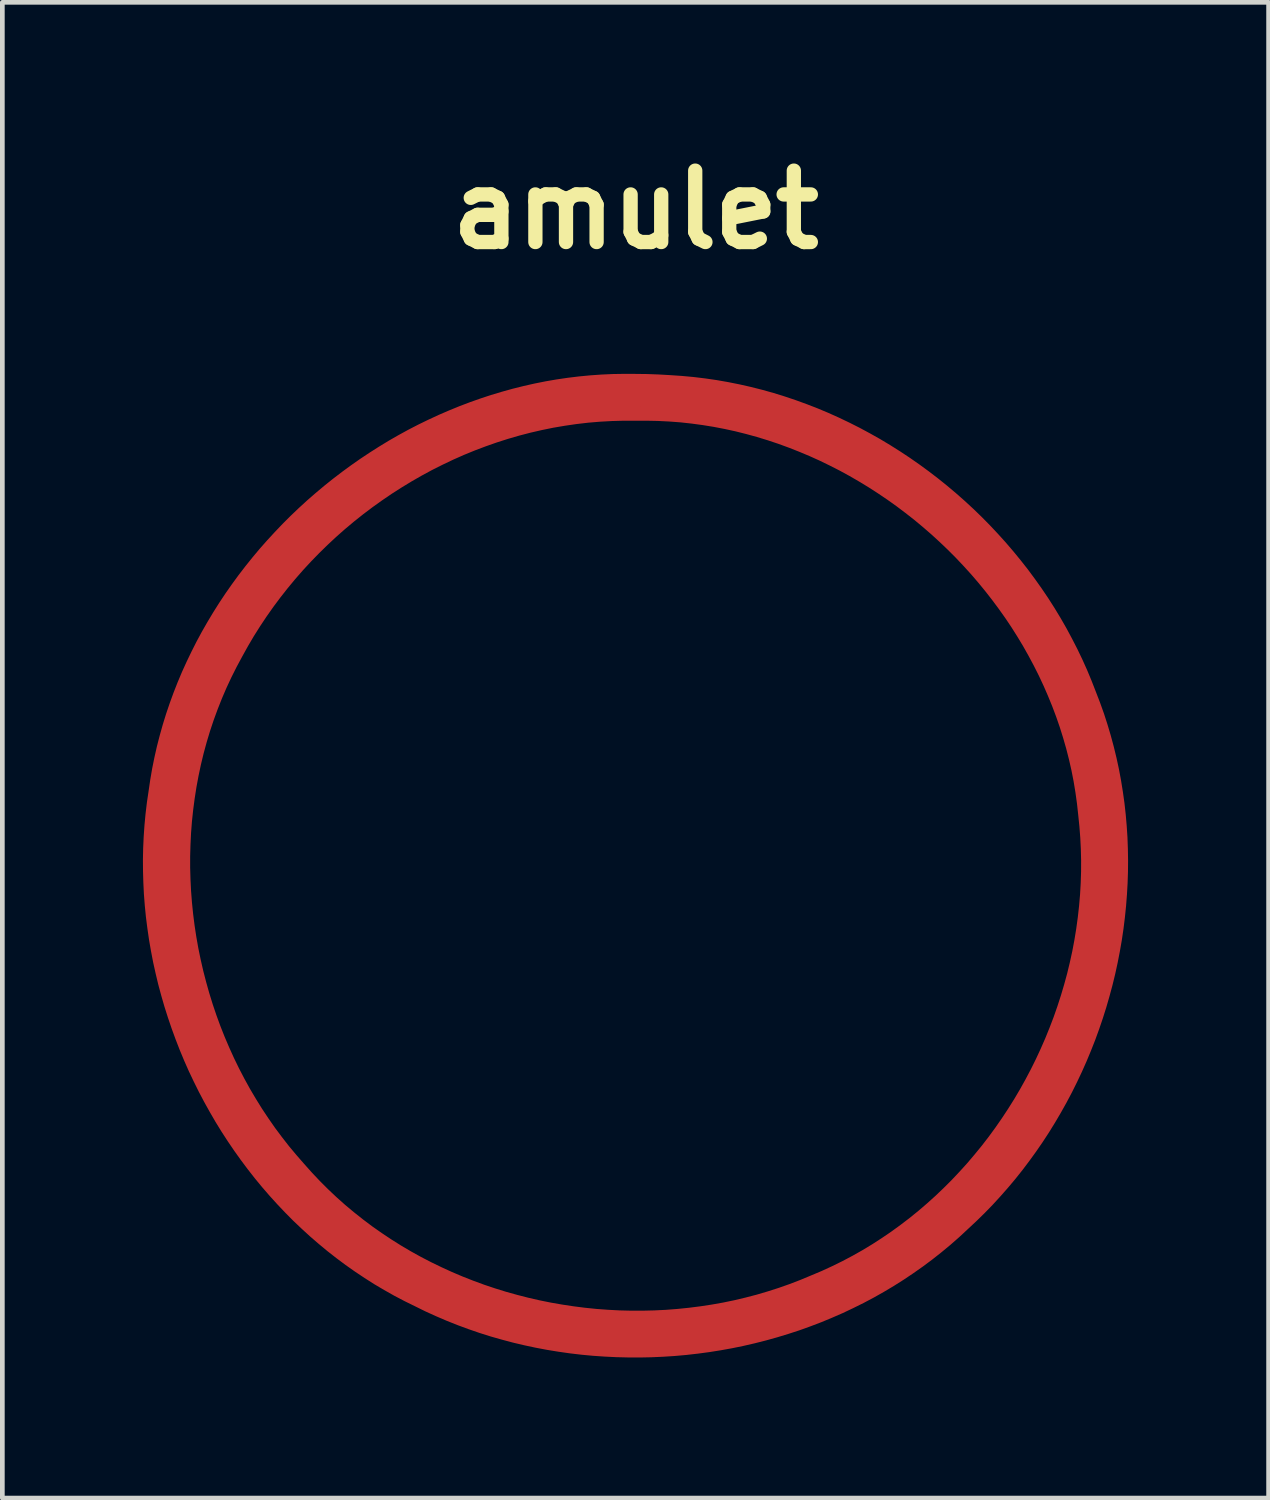
<source format=kicad_pcb>
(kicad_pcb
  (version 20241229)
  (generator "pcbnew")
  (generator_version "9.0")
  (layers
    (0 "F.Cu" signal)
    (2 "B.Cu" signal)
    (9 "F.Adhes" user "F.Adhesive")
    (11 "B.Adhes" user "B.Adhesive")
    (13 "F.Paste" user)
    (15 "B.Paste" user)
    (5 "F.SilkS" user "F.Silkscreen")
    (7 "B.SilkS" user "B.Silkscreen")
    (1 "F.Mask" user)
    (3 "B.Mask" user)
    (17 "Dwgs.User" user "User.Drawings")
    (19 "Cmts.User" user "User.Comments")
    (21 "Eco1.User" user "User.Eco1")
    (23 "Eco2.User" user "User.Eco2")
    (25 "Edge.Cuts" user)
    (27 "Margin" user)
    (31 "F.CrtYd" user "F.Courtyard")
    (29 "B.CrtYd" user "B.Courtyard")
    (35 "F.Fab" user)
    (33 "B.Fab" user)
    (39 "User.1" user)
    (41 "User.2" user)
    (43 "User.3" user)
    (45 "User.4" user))
  (footprint "amulet"
    (layer "F.Cu")
    (at 10.516 15.429)
    (property "Reference" "amulet" (at 0 -14.003 0) (layer "F.SilkS") (effects (font (size 1.524 1.524) (thickness 0.305))))
    (attr exclude_from_pos_files exclude_from_bom)
    (fp_poly (pts (xy -0.006 -10.5) (xy 3.925 -8.649) (xy 3.708 -8.747) (xy 3.488 -8.839) (xy 3.267 -8.926) (xy 3.043 -9.008) (xy 2.818 -9.083) (xy 2.59 -9.153) (xy 2.361 -9.216) (xy 2.13 -9.274) (xy 1.897 -9.325) (xy 1.663 -9.37) (xy 1.428 -9.408) (xy 1.191 -9.44) (xy 0.954 -9.466) (xy 0.715 -9.484) (xy 0.475 -9.496) (xy 0.235 -9.501) (xy -0.006 -9.5) (xy -0.258 -9.501) (xy -0.51 -9.494) (xy -0.761 -9.48) (xy -1.012 -9.459) (xy -1.261 -9.43) (xy -1.509 -9.394) (xy -1.756 -9.352) (xy -2.001 -9.302) (xy -2.244 -9.246) (xy -2.486 -9.183) (xy -2.727 -9.113) (xy -2.965 -9.037) (xy -3.201 -8.954) (xy -3.434 -8.866) (xy -3.666 -8.771) (xy -3.894 -8.67) (xy -4.121 -8.562) (xy -4.344 -8.45) (xy -4.564 -8.331) (xy -4.782 -8.206) (xy -4.996 -8.076) (xy -5.207 -7.941) (xy -5.414 -7.8) (xy -5.618 -7.654) (xy -5.818 -7.503) (xy -6.014 -7.347) (xy -6.206 -7.186) (xy -6.394 -7.02) (xy -6.577 -6.849) (xy -6.756 -6.674) (xy -6.931 -6.494) (xy -7.101 -6.31) (xy -7.266 -6.121) (xy -7.426 -5.928) (xy -7.581 -5.731) (xy -7.731 -5.53) (xy -7.875 -5.326) (xy -8.014 -5.117) (xy -8.148 -4.905) (xy -8.275 -4.689) (xy -8.397 -4.469) (xy -8.515 -4.25) (xy -8.627 -4.027) (xy -8.732 -3.802) (xy -8.83 -3.574) (xy -8.921 -3.344) (xy -9.006 -3.112) (xy -9.084 -2.878) (xy -9.155 -2.642) (xy -9.22 -2.404) (xy -9.278 -2.164) (xy -9.329 -1.923) (xy -9.374 -1.681) (xy -9.412 -1.437) (xy -9.444 -1.193) (xy -9.47 -0.948) (xy -9.489 -0.702) (xy -9.501 -0.456) (xy -9.508 -0.21) (xy -9.508 0.037) (xy -9.501 0.284) (xy -9.489 0.53) (xy -9.47 0.776) (xy -9.445 1.022) (xy -9.414 1.267) (xy -9.377 1.511) (xy -9.334 1.754) (xy -9.284 1.997) (xy -9.229 2.237) (xy -9.167 2.477) (xy -9.1 2.715) (xy -9.027 2.951) (xy -8.948 3.185) (xy -8.863 3.417) (xy -8.772 3.647) (xy -8.675 3.874) (xy -8.573 4.099) (xy -8.465 4.321) (xy -8.351 4.54) (xy -8.232 4.756) (xy -8.106 4.969) (xy -7.976 5.179) (xy -7.839 5.385) (xy -7.698 5.588) (xy -7.55 5.786) (xy -7.398 5.981) (xy -7.239 6.171) (xy -7.076 6.358) (xy -6.91 6.544) (xy -6.74 6.724) (xy -6.565 6.899) (xy -6.385 7.069) (xy -6.201 7.233) (xy -6.012 7.391) (xy -5.819 7.544) (xy -5.622 7.692) (xy -5.421 7.833) (xy -5.217 7.969) (xy -5.009 8.1) (xy -4.797 8.225) (xy -4.582 8.344) (xy -4.364 8.457) (xy -4.143 8.564) (xy -3.92 8.666) (xy -3.694 8.762) (xy -3.465 8.852) (xy -3.234 8.937) (xy -3.001 9.015) (xy -2.766 9.088) (xy -2.529 9.154) (xy -2.291 9.215) (xy -2.051 9.27) (xy -1.809 9.319) (xy -1.567 9.361) (xy -1.323 9.398) (xy -1.079 9.429) (xy -0.834 9.454) (xy -0.588 9.472) (xy -0.342 9.485) (xy -0.096 9.491) (xy 0.15 9.491) (xy 0.397 9.485) (xy 0.643 9.473) (xy 0.888 9.454) (xy 1.133 9.429) (xy 1.377 9.398) (xy 1.621 9.361) (xy 1.863 9.318) (xy 2.104 9.268) (xy 2.344 9.211) (xy 2.582 9.149) (xy 2.819 9.079) (xy 3.053 9.004) (xy 3.286 8.922) (xy 3.517 8.833) (xy 3.745 8.738) (xy 3.971 8.643) (xy 4.194 8.54) (xy 4.414 8.432) (xy 4.629 8.318) (xy 4.842 8.198) (xy 5.05 8.072) (xy 5.254 7.94) (xy 5.455 7.803) (xy 5.652 7.66) (xy 5.844 7.513) (xy 6.033 7.36) (xy 6.217 7.202) (xy 6.397 7.04) (xy 6.573 6.872) (xy 6.744 6.701) (xy 6.911 6.524) (xy 7.074 6.344) (xy 7.231 6.159) (xy 7.385 5.971) (xy 7.533 5.779) (xy 7.677 5.582) (xy 7.815 5.383) (xy 7.949 5.18) (xy 8.078 4.974) (xy 8.202 4.764) (xy 8.32 4.552) (xy 8.434 4.336) (xy 8.542 4.118) (xy 8.644 3.898) (xy 8.742 3.674) (xy 8.833 3.449) (xy 8.92 3.221) (xy 9 2.992) (xy 9.075 2.76) (xy 9.144 2.527) (xy 9.208 2.292) (xy 9.265 2.056) (xy 9.317 1.818) (xy 9.362 1.579) (xy 9.401 1.339) (xy 9.434 1.098) (xy 9.461 0.857) (xy 9.482 0.614) (xy 9.496 0.371) (xy 9.504 0.128) (xy 9.505 -0.115) (xy 9.499 -0.359) (xy 9.487 -0.602) (xy 9.468 -0.846) (xy 9.443 -1.089) (xy 9.417 -1.328) (xy 9.384 -1.567) (xy 9.345 -1.804) (xy 9.299 -2.039) (xy 9.246 -2.272) (xy 9.187 -2.503) (xy 9.121 -2.733) (xy 9.05 -2.96) (xy 8.972 -3.185) (xy 8.888 -3.408) (xy 8.798 -3.628) (xy 8.703 -3.846) (xy 8.602 -4.062) (xy 8.495 -4.275) (xy 8.383 -4.484) (xy 8.266 -4.692) (xy 8.143 -4.896) (xy 8.016 -5.097) (xy 7.883 -5.295) (xy 7.745 -5.489) (xy 7.603 -5.68) (xy 7.456 -5.868) (xy 7.305 -6.052) (xy 7.149 -6.233) (xy 6.988 -6.41) (xy 6.824 -6.583) (xy 6.655 -6.752) (xy 6.482 -6.917) (xy 6.306 -7.078) (xy 6.126 -7.234) (xy 5.942 -7.387) (xy 5.754 -7.534) (xy 5.563 -7.678) (xy 5.369 -7.816) (xy 5.171 -7.95) (xy 4.971 -8.079) (xy 4.767 -8.203) (xy 4.56 -8.323) (xy 4.351 -8.437) (xy 4.139 -8.545) (xy 3.925 -8.649) (xy -0.006 -10.5) (xy 0.24 -10.497) (xy 0.485 -10.488) (xy 0.731 -10.474) (xy 0.981 -10.457) (xy 1.231 -10.434) (xy 1.479 -10.404) (xy 1.727 -10.368) (xy 1.972 -10.325) (xy 2.217 -10.276) (xy 2.46 -10.221) (xy 2.701 -10.16) (xy 2.941 -10.093) (xy 3.179 -10.019) (xy 3.414 -9.94) (xy 3.648 -9.855) (xy 3.88 -9.765) (xy 4.109 -9.669) (xy 4.336 -9.567) (xy 4.56 -9.46) (xy 4.782 -9.348) (xy 5.001 -9.23) (xy 5.218 -9.108) (xy 5.431 -8.98) (xy 5.642 -8.847) (xy 5.849 -8.71) (xy 6.054 -8.567) (xy 6.255 -8.42) (xy 6.452 -8.269) (xy 6.646 -8.113) (xy 6.837 -7.952) (xy 7.024 -7.787) (xy 7.207 -7.618) (xy 7.386 -7.445) (xy 7.561 -7.267) (xy 7.731 -7.086) (xy 7.898 -6.901) (xy 8.06 -6.712) (xy 8.218 -6.519) (xy 8.372 -6.323) (xy 8.52 -6.123) (xy 8.664 -5.92) (xy 8.804 -5.713) (xy 8.938 -5.503) (xy 9.067 -5.29) (xy 9.191 -5.074) (xy 9.309 -4.854) (xy 9.423 -4.632) (xy 9.531 -4.407) (xy 9.633 -4.18) (xy 9.729 -3.949) (xy 9.82 -3.716) (xy 9.909 -3.485) (xy 9.992 -3.253) (xy 10.068 -3.018) (xy 10.138 -2.782) (xy 10.202 -2.545) (xy 10.26 -2.306) (xy 10.312 -2.066) (xy 10.357 -1.825) (xy 10.396 -1.583) (xy 10.43 -1.341) (xy 10.457 -1.097) (xy 10.478 -0.854) (xy 10.494 -0.609) (xy 10.503 -0.365) (xy 10.507 -0.12) (xy 10.505 0.124) (xy 10.497 0.369) (xy 10.483 0.613) (xy 10.464 0.858) (xy 10.439 1.101) (xy 10.409 1.344) (xy 10.373 1.587) (xy 10.331 1.828) (xy 10.284 2.069) (xy 10.232 2.308) (xy 10.174 2.546) (xy 10.11 2.783) (xy 10.042 3.019) (xy 9.968 3.253) (xy 9.889 3.485) (xy 9.805 3.716) (xy 9.715 3.944) (xy 9.621 4.17) (xy 9.521 4.395) (xy 9.416 4.617) (xy 9.307 4.836) (xy 9.192 5.053) (xy 9.072 5.267) (xy 8.948 5.478) (xy 8.819 5.687) (xy 8.685 5.892) (xy 8.546 6.094) (xy 8.402 6.293) (xy 8.254 6.489) (xy 8.101 6.681) (xy 7.943 6.869) (xy 7.781 7.053) (xy 7.615 7.234) (xy 7.444 7.41) (xy 7.268 7.582) (xy 7.088 7.75) (xy 6.904 7.921) (xy 6.716 8.086) (xy 6.524 8.245) (xy 6.329 8.399) (xy 6.129 8.548) (xy 5.926 8.691) (xy 5.72 8.829) (xy 5.51 8.962) (xy 5.297 9.089) (xy 5.081 9.211) (xy 4.862 9.327) (xy 4.64 9.437) (xy 4.416 9.543) (xy 4.189 9.642) (xy 3.96 9.737) (xy 3.729 9.825) (xy 3.496 9.909) (xy 3.26 9.986) (xy 3.023 10.058) (xy 2.784 10.125) (xy 2.544 10.186) (xy 2.302 10.242) (xy 2.059 10.292) (xy 1.815 10.336) (xy 1.57 10.375) (xy 1.324 10.408) (xy 1.077 10.436) (xy 0.83 10.458) (xy 0.582 10.474) (xy 0.334 10.485) (xy 0.086 10.49) (xy -0.163 10.489) (xy -0.411 10.483) (xy -0.659 10.471) (xy -0.907 10.454) (xy -1.154 10.431) (xy -1.401 10.402) (xy -1.647 10.367) (xy -1.892 10.327) (xy -2.136 10.281) (xy -2.379 10.229) (xy -2.62 10.172) (xy -2.86 10.108) (xy -3.099 10.04) (xy -3.336 9.965) (xy -3.571 9.884) (xy -3.804 9.798) (xy -4.035 9.706) (xy -4.263 9.608) (xy -4.49 9.505) (xy -4.713 9.395) (xy -4.935 9.286) (xy -5.154 9.171) (xy -5.368 9.05) (xy -5.58 8.925) (xy -5.787 8.793) (xy -5.991 8.657) (xy -6.191 8.516) (xy -6.387 8.37) (xy -6.58 8.219) (xy -6.768 8.063) (xy -6.953 7.903) (xy -7.133 7.738) (xy -7.31 7.57) (xy -7.482 7.396) (xy -7.65 7.219) (xy -7.814 7.038) (xy -7.974 6.853) (xy -8.129 6.665) (xy -8.28 6.472) (xy -8.426 6.277) (xy -8.568 6.078) (xy -8.706 5.875) (xy -8.839 5.67) (xy -8.967 5.462) (xy -9.09 5.25) (xy -9.209 5.036) (xy -9.323 4.82) (xy -9.432 4.6) (xy -9.537 4.379) (xy -9.636 4.155) (xy -9.73 3.929) (xy -9.819 3.7) (xy -9.903 3.47) (xy -9.982 3.238) (xy -10.056 3.005) (xy -10.124 2.77) (xy -10.188 2.533) (xy -10.245 2.295) (xy -10.298 2.056) (xy -10.344 1.816) (xy -10.386 1.574) (xy -10.421 1.332) (xy -10.452 1.089) (xy -10.476 0.846) (xy -10.495 0.602) (xy -10.507 0.357) (xy -10.514 0.113) (xy -10.516 -0.132) (xy -10.511 -0.377) (xy -10.5 -0.622) (xy -10.483 -0.867) (xy -10.46 -1.111) (xy -10.431 -1.355) (xy -10.395 -1.598) (xy -10.36 -1.838) (xy -10.319 -2.077) (xy -10.271 -2.314) (xy -10.218 -2.549) (xy -10.158 -2.782) (xy -10.093 -3.014) (xy -10.022 -3.244) (xy -9.945 -3.471) (xy -9.863 -3.696) (xy -9.775 -3.92) (xy -9.682 -4.141) (xy -9.583 -4.359) (xy -9.479 -4.575) (xy -9.371 -4.789) (xy -9.257 -5) (xy -9.138 -5.208) (xy -9.015 -5.413) (xy -8.887 -5.616) (xy -8.754 -5.816) (xy -8.616 -6.013) (xy -8.475 -6.206) (xy -8.328 -6.397) (xy -8.178 -6.584) (xy -8.024 -6.768) (xy -7.865 -6.948) (xy -7.702 -7.125) (xy -7.536 -7.299) (xy -7.366 -7.469) (xy -7.192 -7.635) (xy -7.015 -7.797) (xy -6.834 -7.955) (xy -6.649 -8.11) (xy -6.462 -8.26) (xy -6.271 -8.406) (xy -6.077 -8.548) (xy -5.88 -8.686) (xy -5.68 -8.819) (xy -5.477 -8.948) (xy -5.272 -9.073) (xy -5.063 -9.193) (xy -4.853 -9.308) (xy -4.64 -9.418) (xy -4.424 -9.523) (xy -4.206 -9.624) (xy -3.986 -9.719) (xy -3.764 -9.81) (xy -3.54 -9.895) (xy -3.314 -9.975) (xy -3.087 -10.05) (xy -2.857 -10.119) (xy -2.626 -10.183) (xy -2.394 -10.241) (xy -2.16 -10.294) (xy -1.925 -10.341) (xy -1.688 -10.382) (xy -1.45 -10.417) (xy -1.212 -10.446) (xy -0.972 -10.469) (xy -0.732 -10.486) (xy -0.49 -10.497) (xy -0.248 -10.501) (xy -0.006 -10.5) (xy -0.006 -10.5)) (stroke (width 0) (type solid)) (fill yes) (layer "F.Cu"))
    (fp_poly (pts (xy -0.006 -10.5) (xy 3.925 -8.649) (xy 3.708 -8.747) (xy 3.488 -8.839) (xy 3.267 -8.926) (xy 3.043 -9.008) (xy 2.818 -9.083) (xy 2.59 -9.153) (xy 2.361 -9.216) (xy 2.13 -9.274) (xy 1.897 -9.325) (xy 1.663 -9.37) (xy 1.428 -9.408) (xy 1.191 -9.44) (xy 0.954 -9.466) (xy 0.715 -9.484) (xy 0.475 -9.496) (xy 0.235 -9.501) (xy -0.006 -9.5) (xy -0.258 -9.501) (xy -0.51 -9.494) (xy -0.761 -9.48) (xy -1.012 -9.459) (xy -1.261 -9.43) (xy -1.509 -9.394) (xy -1.756 -9.352) (xy -2.001 -9.302) (xy -2.244 -9.246) (xy -2.486 -9.183) (xy -2.727 -9.113) (xy -2.965 -9.037) (xy -3.201 -8.954) (xy -3.434 -8.866) (xy -3.666 -8.771) (xy -3.894 -8.67) (xy -4.121 -8.562) (xy -4.344 -8.45) (xy -4.564 -8.331) (xy -4.782 -8.206) (xy -4.996 -8.076) (xy -5.207 -7.941) (xy -5.414 -7.8) (xy -5.618 -7.654) (xy -5.818 -7.503) (xy -6.014 -7.347) (xy -6.206 -7.186) (xy -6.394 -7.02) (xy -6.577 -6.849) (xy -6.756 -6.674) (xy -6.931 -6.494) (xy -7.101 -6.31) (xy -7.266 -6.121) (xy -7.426 -5.928) (xy -7.581 -5.731) (xy -7.731 -5.53) (xy -7.875 -5.326) (xy -8.014 -5.117) (xy -8.148 -4.905) (xy -8.275 -4.689) (xy -8.397 -4.469) (xy -8.515 -4.25) (xy -8.627 -4.027) (xy -8.732 -3.802) (xy -8.83 -3.574) (xy -8.921 -3.344) (xy -9.006 -3.112) (xy -9.084 -2.878) (xy -9.155 -2.642) (xy -9.22 -2.404) (xy -9.278 -2.164) (xy -9.329 -1.923) (xy -9.374 -1.681) (xy -9.412 -1.437) (xy -9.444 -1.193) (xy -9.47 -0.948) (xy -9.489 -0.702) (xy -9.501 -0.456) (xy -9.508 -0.21) (xy -9.508 0.037) (xy -9.501 0.284) (xy -9.489 0.53) (xy -9.47 0.776) (xy -9.445 1.022) (xy -9.414 1.267) (xy -9.377 1.511) (xy -9.334 1.754) (xy -9.284 1.997) (xy -9.229 2.237) (xy -9.167 2.477) (xy -9.1 2.715) (xy -9.027 2.951) (xy -8.948 3.185) (xy -8.863 3.417) (xy -8.772 3.647) (xy -8.675 3.874) (xy -8.573 4.099) (xy -8.465 4.321) (xy -8.351 4.54) (xy -8.232 4.756) (xy -8.106 4.969) (xy -7.976 5.179) (xy -7.839 5.385) (xy -7.698 5.588) (xy -7.55 5.786) (xy -7.398 5.981) (xy -7.239 6.171) (xy -7.076 6.358) (xy -6.91 6.544) (xy -6.74 6.724) (xy -6.565 6.899) (xy -6.385 7.069) (xy -6.201 7.233) (xy -6.012 7.391) (xy -5.819 7.544) (xy -5.622 7.692) (xy -5.421 7.833) (xy -5.217 7.969) (xy -5.009 8.1) (xy -4.797 8.225) (xy -4.582 8.344) (xy -4.364 8.457) (xy -4.143 8.564) (xy -3.92 8.666) (xy -3.694 8.762) (xy -3.465 8.852) (xy -3.234 8.937) (xy -3.001 9.015) (xy -2.766 9.088) (xy -2.529 9.154) (xy -2.291 9.215) (xy -2.051 9.27) (xy -1.809 9.319) (xy -1.567 9.361) (xy -1.323 9.398) (xy -1.079 9.429) (xy -0.834 9.454) (xy -0.588 9.472) (xy -0.342 9.485) (xy -0.096 9.491) (xy 0.15 9.491) (xy 0.397 9.485) (xy 0.643 9.473) (xy 0.888 9.454) (xy 1.133 9.429) (xy 1.377 9.398) (xy 1.621 9.361) (xy 1.863 9.318) (xy 2.104 9.268) (xy 2.344 9.211) (xy 2.582 9.149) (xy 2.819 9.079) (xy 3.053 9.004) (xy 3.286 8.922) (xy 3.517 8.833) (xy 3.745 8.738) (xy 3.971 8.643) (xy 4.194 8.54) (xy 4.414 8.432) (xy 4.629 8.318) (xy 4.842 8.198) (xy 5.05 8.072) (xy 5.254 7.94) (xy 5.455 7.803) (xy 5.652 7.66) (xy 5.844 7.513) (xy 6.033 7.36) (xy 6.217 7.202) (xy 6.397 7.04) (xy 6.573 6.872) (xy 6.744 6.701) (xy 6.911 6.524) (xy 7.074 6.344) (xy 7.231 6.159) (xy 7.385 5.971) (xy 7.533 5.779) (xy 7.677 5.582) (xy 7.815 5.383) (xy 7.949 5.18) (xy 8.078 4.974) (xy 8.202 4.764) (xy 8.32 4.552) (xy 8.434 4.336) (xy 8.542 4.118) (xy 8.644 3.898) (xy 8.742 3.674) (xy 8.833 3.449) (xy 8.92 3.221) (xy 9 2.992) (xy 9.075 2.76) (xy 9.144 2.527) (xy 9.208 2.292) (xy 9.265 2.056) (xy 9.317 1.818) (xy 9.362 1.579) (xy 9.401 1.339) (xy 9.434 1.098) (xy 9.461 0.857) (xy 9.482 0.614) (xy 9.496 0.371) (xy 9.504 0.128) (xy 9.505 -0.115) (xy 9.499 -0.359) (xy 9.487 -0.602) (xy 9.468 -0.846) (xy 9.443 -1.089) (xy 9.417 -1.328) (xy 9.384 -1.567) (xy 9.345 -1.804) (xy 9.299 -2.039) (xy 9.246 -2.272) (xy 9.187 -2.503) (xy 9.121 -2.733) (xy 9.05 -2.96) (xy 8.972 -3.185) (xy 8.888 -3.408) (xy 8.798 -3.628) (xy 8.703 -3.846) (xy 8.602 -4.062) (xy 8.495 -4.275) (xy 8.383 -4.484) (xy 8.266 -4.692) (xy 8.143 -4.896) (xy 8.016 -5.097) (xy 7.883 -5.295) (xy 7.745 -5.489) (xy 7.603 -5.68) (xy 7.456 -5.868) (xy 7.305 -6.052) (xy 7.149 -6.233) (xy 6.988 -6.41) (xy 6.824 -6.583) (xy 6.655 -6.752) (xy 6.482 -6.917) (xy 6.306 -7.078) (xy 6.126 -7.234) (xy 5.942 -7.387) (xy 5.754 -7.534) (xy 5.563 -7.678) (xy 5.369 -7.816) (xy 5.171 -7.95) (xy 4.971 -8.079) (xy 4.767 -8.203) (xy 4.56 -8.323) (xy 4.351 -8.437) (xy 4.139 -8.545) (xy 3.925 -8.649) (xy -0.006 -10.5) (xy 0.24 -10.497) (xy 0.485 -10.488) (xy 0.731 -10.474) (xy 0.981 -10.457) (xy 1.231 -10.434) (xy 1.479 -10.404) (xy 1.727 -10.368) (xy 1.972 -10.325) (xy 2.217 -10.276) (xy 2.46 -10.221) (xy 2.701 -10.16) (xy 2.941 -10.093) (xy 3.179 -10.019) (xy 3.414 -9.94) (xy 3.648 -9.855) (xy 3.88 -9.765) (xy 4.109 -9.669) (xy 4.336 -9.567) (xy 4.56 -9.46) (xy 4.782 -9.348) (xy 5.001 -9.23) (xy 5.218 -9.108) (xy 5.431 -8.98) (xy 5.642 -8.847) (xy 5.849 -8.71) (xy 6.054 -8.567) (xy 6.255 -8.42) (xy 6.452 -8.269) (xy 6.646 -8.113) (xy 6.837 -7.952) (xy 7.024 -7.787) (xy 7.207 -7.618) (xy 7.386 -7.445) (xy 7.561 -7.267) (xy 7.731 -7.086) (xy 7.898 -6.901) (xy 8.06 -6.712) (xy 8.218 -6.519) (xy 8.372 -6.323) (xy 8.52 -6.123) (xy 8.664 -5.92) (xy 8.804 -5.713) (xy 8.938 -5.503) (xy 9.067 -5.29) (xy 9.191 -5.074) (xy 9.309 -4.854) (xy 9.423 -4.632) (xy 9.531 -4.407) (xy 9.633 -4.18) (xy 9.729 -3.949) (xy 9.82 -3.716) (xy 9.909 -3.485) (xy 9.992 -3.253) (xy 10.068 -3.018) (xy 10.138 -2.782) (xy 10.202 -2.545) (xy 10.26 -2.306) (xy 10.312 -2.066) (xy 10.357 -1.825) (xy 10.396 -1.583) (xy 10.43 -1.341) (xy 10.457 -1.097) (xy 10.478 -0.854) (xy 10.494 -0.609) (xy 10.503 -0.365) (xy 10.507 -0.12) (xy 10.505 0.124) (xy 10.497 0.369) (xy 10.483 0.613) (xy 10.464 0.858) (xy 10.439 1.101) (xy 10.409 1.344) (xy 10.373 1.587) (xy 10.331 1.828) (xy 10.284 2.069) (xy 10.232 2.308) (xy 10.174 2.546) (xy 10.11 2.783) (xy 10.042 3.019) (xy 9.968 3.253) (xy 9.889 3.485) (xy 9.805 3.716) (xy 9.715 3.944) (xy 9.621 4.17) (xy 9.521 4.395) (xy 9.416 4.617) (xy 9.307 4.836) (xy 9.192 5.053) (xy 9.072 5.267) (xy 8.948 5.478) (xy 8.819 5.687) (xy 8.685 5.892) (xy 8.546 6.094) (xy 8.402 6.293) (xy 8.254 6.489) (xy 8.101 6.681) (xy 7.943 6.869) (xy 7.781 7.053) (xy 7.615 7.234) (xy 7.444 7.41) (xy 7.268 7.582) (xy 7.088 7.75) (xy 6.904 7.921) (xy 6.716 8.086) (xy 6.524 8.245) (xy 6.329 8.399) (xy 6.129 8.548) (xy 5.926 8.691) (xy 5.72 8.829) (xy 5.51 8.962) (xy 5.297 9.089) (xy 5.081 9.211) (xy 4.862 9.327) (xy 4.64 9.437) (xy 4.416 9.543) (xy 4.189 9.642) (xy 3.96 9.737) (xy 3.729 9.825) (xy 3.496 9.909) (xy 3.26 9.986) (xy 3.023 10.058) (xy 2.784 10.125) (xy 2.544 10.186) (xy 2.302 10.242) (xy 2.059 10.292) (xy 1.815 10.336) (xy 1.57 10.375) (xy 1.324 10.408) (xy 1.077 10.436) (xy 0.83 10.458) (xy 0.582 10.474) (xy 0.334 10.485) (xy 0.086 10.49) (xy -0.163 10.489) (xy -0.411 10.483) (xy -0.659 10.471) (xy -0.907 10.454) (xy -1.154 10.431) (xy -1.401 10.402) (xy -1.647 10.367) (xy -1.892 10.327) (xy -2.136 10.281) (xy -2.379 10.229) (xy -2.62 10.172) (xy -2.86 10.108) (xy -3.099 10.04) (xy -3.336 9.965) (xy -3.571 9.884) (xy -3.804 9.798) (xy -4.035 9.706) (xy -4.263 9.608) (xy -4.49 9.505) (xy -4.713 9.395) (xy -4.935 9.286) (xy -5.154 9.171) (xy -5.368 9.05) (xy -5.58 8.925) (xy -5.787 8.793) (xy -5.991 8.657) (xy -6.191 8.516) (xy -6.387 8.37) (xy -6.58 8.219) (xy -6.768 8.063) (xy -6.953 7.903) (xy -7.133 7.738) (xy -7.31 7.57) (xy -7.482 7.396) (xy -7.65 7.219) (xy -7.814 7.038) (xy -7.974 6.853) (xy -8.129 6.665) (xy -8.28 6.472) (xy -8.426 6.277) (xy -8.568 6.078) (xy -8.706 5.875) (xy -8.839 5.67) (xy -8.967 5.462) (xy -9.09 5.25) (xy -9.209 5.036) (xy -9.323 4.82) (xy -9.432 4.6) (xy -9.537 4.379) (xy -9.636 4.155) (xy -9.73 3.929) (xy -9.819 3.7) (xy -9.903 3.47) (xy -9.982 3.238) (xy -10.056 3.005) (xy -10.124 2.77) (xy -10.188 2.533) (xy -10.245 2.295) (xy -10.298 2.056) (xy -10.344 1.816) (xy -10.386 1.574) (xy -10.421 1.332) (xy -10.452 1.089) (xy -10.476 0.846) (xy -10.495 0.602) (xy -10.507 0.357) (xy -10.514 0.113) (xy -10.516 -0.132) (xy -10.511 -0.377) (xy -10.5 -0.622) (xy -10.483 -0.867) (xy -10.46 -1.111) (xy -10.431 -1.355) (xy -10.395 -1.598) (xy -10.36 -1.838) (xy -10.319 -2.077) (xy -10.271 -2.314) (xy -10.218 -2.549) (xy -10.158 -2.782) (xy -10.093 -3.014) (xy -10.022 -3.244) (xy -9.945 -3.471) (xy -9.863 -3.696) (xy -9.775 -3.92) (xy -9.682 -4.141) (xy -9.583 -4.359) (xy -9.479 -4.575) (xy -9.371 -4.789) (xy -9.257 -5) (xy -9.138 -5.208) (xy -9.015 -5.413) (xy -8.887 -5.616) (xy -8.754 -5.816) (xy -8.616 -6.013) (xy -8.475 -6.206) (xy -8.328 -6.397) (xy -8.178 -6.584) (xy -8.024 -6.768) (xy -7.865 -6.948) (xy -7.702 -7.125) (xy -7.536 -7.299) (xy -7.366 -7.469) (xy -7.192 -7.635) (xy -7.015 -7.797) (xy -6.834 -7.955) (xy -6.649 -8.11) (xy -6.462 -8.26) (xy -6.271 -8.406) (xy -6.077 -8.548) (xy -5.88 -8.686) (xy -5.68 -8.819) (xy -5.477 -8.948) (xy -5.272 -9.073) (xy -5.063 -9.193) (xy -4.853 -9.308) (xy -4.64 -9.418) (xy -4.424 -9.523) (xy -4.206 -9.624) (xy -3.986 -9.719) (xy -3.764 -9.81) (xy -3.54 -9.895) (xy -3.314 -9.975) (xy -3.087 -10.05) (xy -2.857 -10.119) (xy -2.626 -10.183) (xy -2.394 -10.241) (xy -2.16 -10.294) (xy -1.925 -10.341) (xy -1.688 -10.382) (xy -1.45 -10.417) (xy -1.212 -10.446) (xy -0.972 -10.469) (xy -0.732 -10.486) (xy -0.49 -10.497) (xy -0.248 -10.501) (xy -0.006 -10.5) (xy -0.006 -10.5)) (stroke (width 0) (type solid)) (fill yes) (layer "F.Mask"))
    (pad "1" smd circle (at 0.15 -9.95) (size 0.3 0.3) (layers "F.Cu")))
  (gr_rect
    (start -3 -3)
    (end 24.022 28.919)
    (stroke (width 0.1) (type default))
    (fill no)
    (layer "Edge.Cuts")))
</source>
